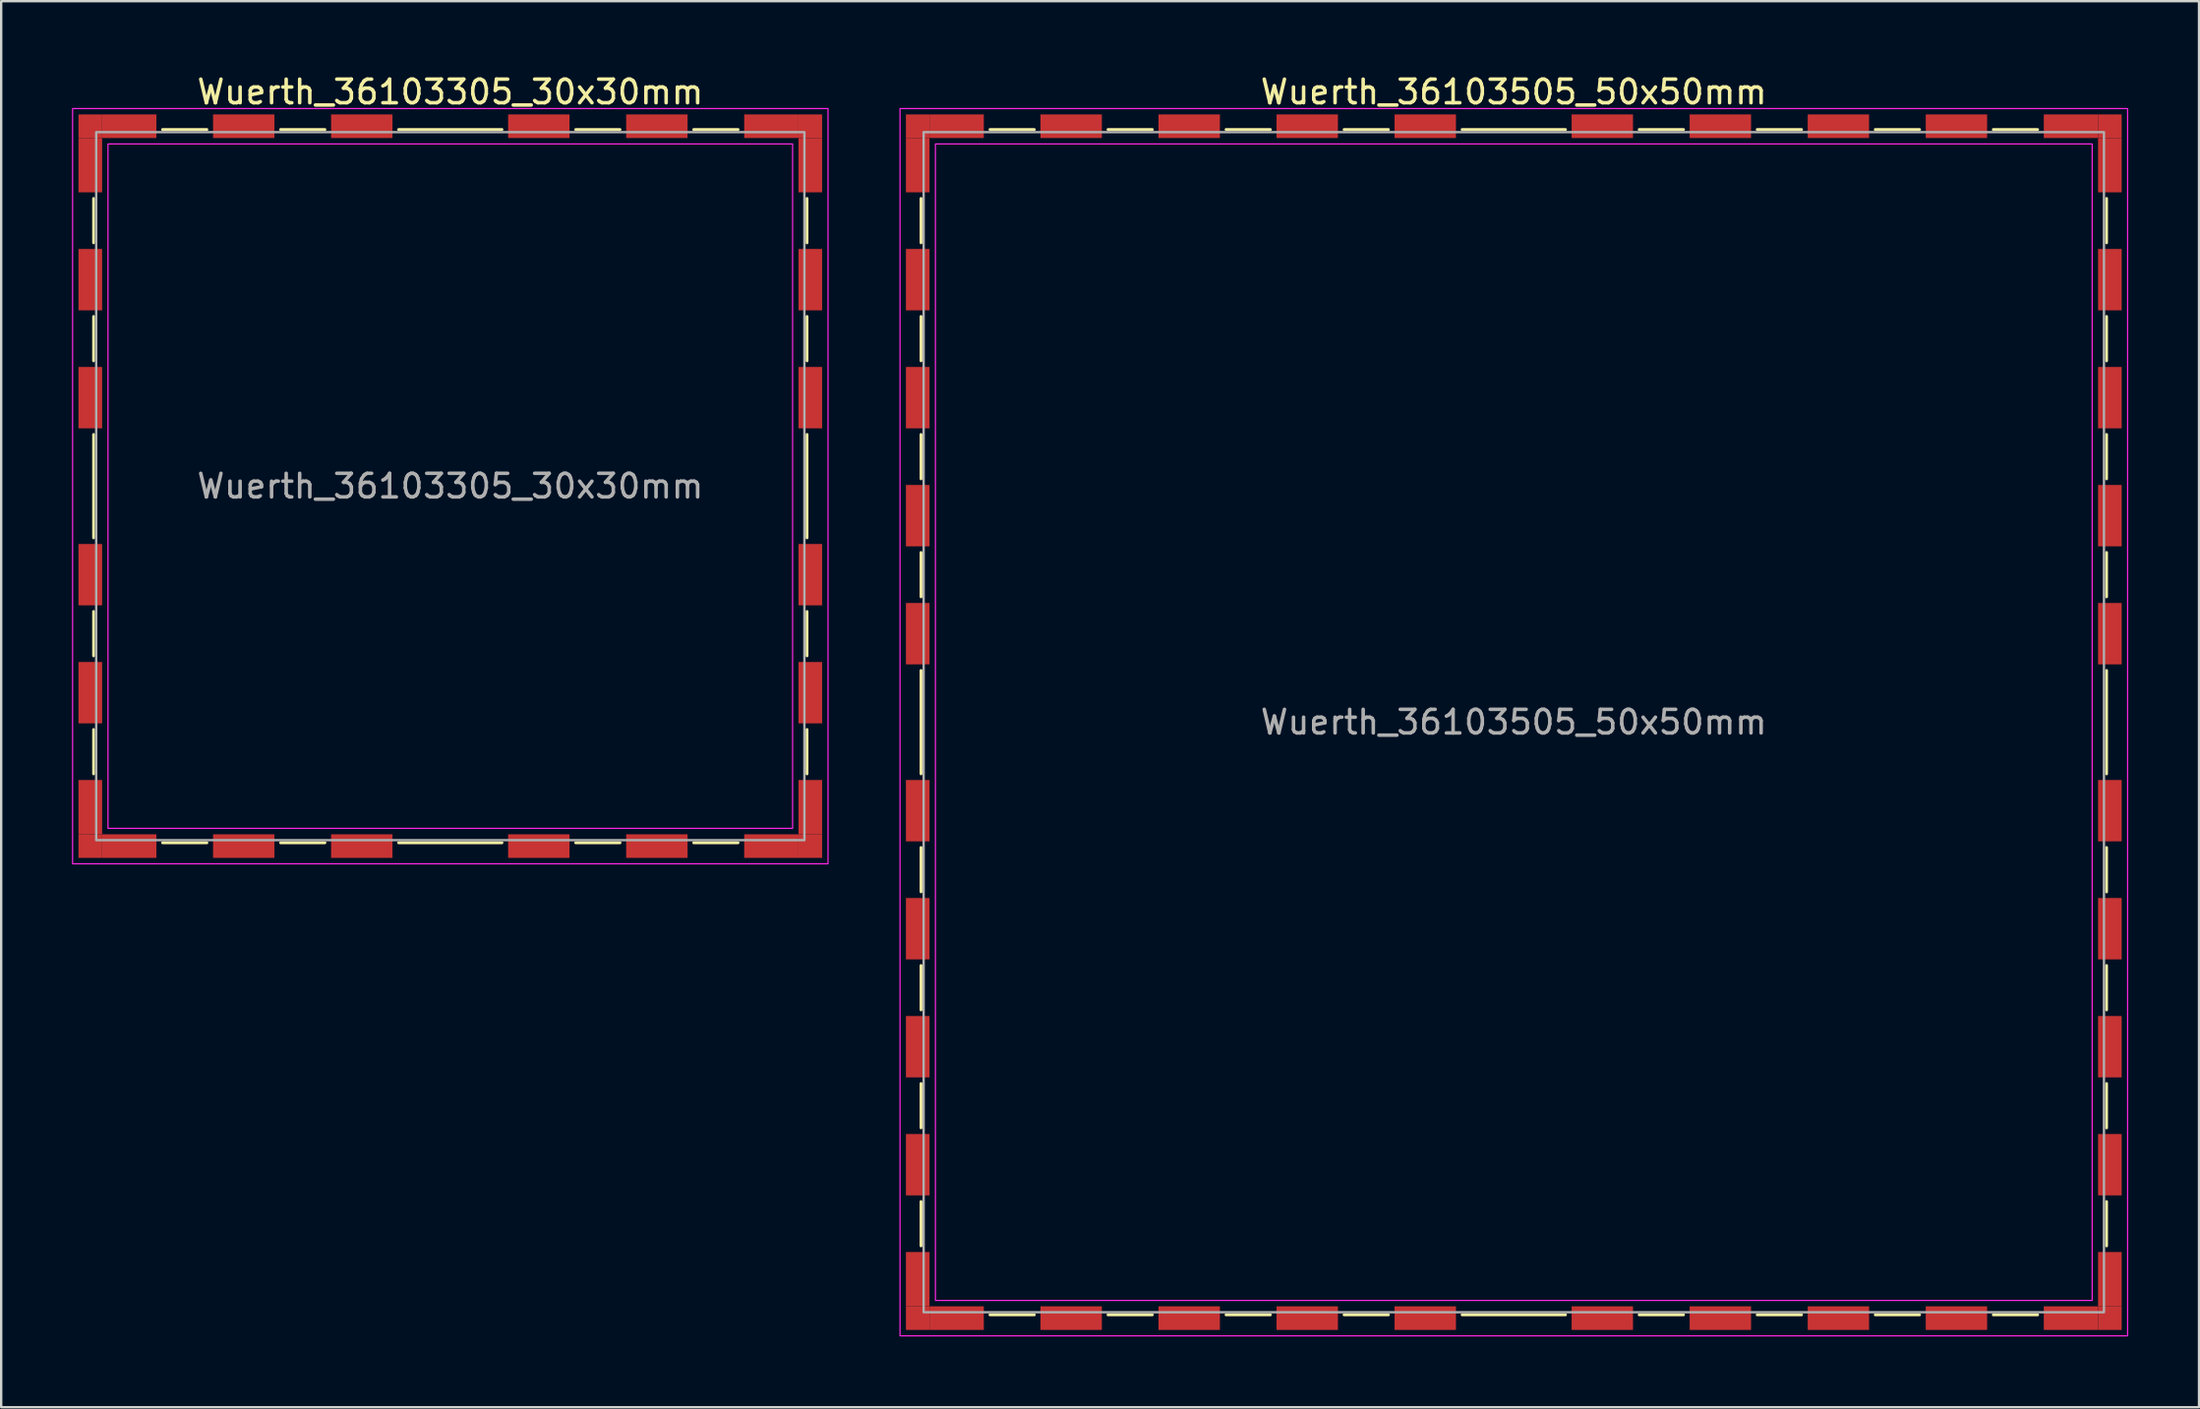
<source format=kicad_pcb>
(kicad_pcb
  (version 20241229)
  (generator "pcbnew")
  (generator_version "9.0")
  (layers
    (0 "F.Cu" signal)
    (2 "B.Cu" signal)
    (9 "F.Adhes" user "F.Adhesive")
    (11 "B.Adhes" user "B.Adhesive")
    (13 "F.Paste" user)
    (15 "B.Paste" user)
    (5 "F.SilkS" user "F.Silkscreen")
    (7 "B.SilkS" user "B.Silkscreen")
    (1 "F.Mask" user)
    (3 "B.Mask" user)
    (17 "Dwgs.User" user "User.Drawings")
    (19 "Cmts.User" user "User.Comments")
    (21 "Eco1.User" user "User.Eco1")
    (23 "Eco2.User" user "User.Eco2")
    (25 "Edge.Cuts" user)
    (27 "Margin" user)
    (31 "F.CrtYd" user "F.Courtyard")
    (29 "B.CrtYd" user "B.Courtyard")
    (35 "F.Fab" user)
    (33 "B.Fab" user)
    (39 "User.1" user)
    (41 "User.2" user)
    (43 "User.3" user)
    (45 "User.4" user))
  (footprint "Wuerth_36103305_30x30mm"
    (layer "F.Cu")
    (at 16.025 17.548)
    (property "Reference" "Wuerth_36103305_30x30mm" (at 0 -16.7 0) (layer "F.SilkS") (effects (font (size 1 1) (thickness 0.15))))
    (attr smd)
    (fp_line (start -15.11 -12.19) (end -15.11 -10.31) (stroke (width 0.12) (type solid)) (layer "F.SilkS"))
    (fp_line (start -15.11 -7.19) (end -15.11 -5.31) (stroke (width 0.12) (type solid)) (layer "F.SilkS"))
    (fp_line (start -15.11 -2.19) (end -15.11 2.19) (stroke (width 0.12) (type solid)) (layer "F.SilkS"))
    (fp_line (start -15.11 5.31) (end -15.11 7.19) (stroke (width 0.12) (type solid)) (layer "F.SilkS"))
    (fp_line (start -15.11 10.31) (end -15.11 12.19) (stroke (width 0.12) (type solid)) (layer "F.SilkS"))
    (fp_line (start -12.19 -15.11) (end -10.31 -15.11) (stroke (width 0.12) (type solid)) (layer "F.SilkS"))
    (fp_line (start -12.19 15.11) (end -10.31 15.11) (stroke (width 0.12) (type solid)) (layer "F.SilkS"))
    (fp_line (start -7.19 -15.11) (end -5.31 -15.11) (stroke (width 0.12) (type solid)) (layer "F.SilkS"))
    (fp_line (start -7.19 15.11) (end -5.31 15.11) (stroke (width 0.12) (type solid)) (layer "F.SilkS"))
    (fp_line (start -2.19 -15.11) (end 2.19 -15.11) (stroke (width 0.12) (type solid)) (layer "F.SilkS"))
    (fp_line (start -2.19 15.11) (end 2.19 15.11) (stroke (width 0.12) (type solid)) (layer "F.SilkS"))
    (fp_line (start 5.31 -15.11) (end 7.19 -15.11) (stroke (width 0.12) (type solid)) (layer "F.SilkS"))
    (fp_line (start 5.31 15.11) (end 7.19 15.11) (stroke (width 0.12) (type solid)) (layer "F.SilkS"))
    (fp_line (start 10.31 -15.11) (end 12.19 -15.11) (stroke (width 0.12) (type solid)) (layer "F.SilkS"))
    (fp_line (start 10.31 15.11) (end 12.19 15.11) (stroke (width 0.12) (type solid)) (layer "F.SilkS"))
    (fp_line (start 15.11 -12.19) (end 15.11 -10.31) (stroke (width 0.12) (type solid)) (layer "F.SilkS"))
    (fp_line (start 15.11 -7.19) (end 15.11 -5.31) (stroke (width 0.12) (type solid)) (layer "F.SilkS"))
    (fp_line (start 15.11 -2.19) (end 15.11 2.19) (stroke (width 0.12) (type solid)) (layer "F.SilkS"))
    (fp_line (start 15.11 5.31) (end 15.11 7.19) (stroke (width 0.12) (type solid)) (layer "F.SilkS"))
    (fp_line (start 15.11 10.31) (end 15.11 12.19) (stroke (width 0.12) (type solid)) (layer "F.SilkS"))
    (fp_rect (start -16 -16) (end 16 16) (stroke (width 0.05) (type solid)) (fill no) (layer "F.CrtYd"))
    (fp_rect (start -14.5 -14.5) (end 14.5 14.5) (stroke (width 0.05) (type solid)) (fill no) (layer "F.CrtYd"))
    (fp_rect (start -15 -15) (end 15 15) (stroke (width 0.1) (type solid)) (fill no) (layer "F.Fab"))
    (fp_text user "${REFERENCE}" (at 0 0 0) (layer "F.Fab") (effects (font (size 1 1) (thickness 0.15))))
    (pad "1" smd rect (at -15.25 -15.25) (size 1 1) (layers "F.Cu" "F.Mask" "F.Paste"))
    (pad "1" smd rect (at -15.25 -13.6) (size 1 2.3) (layers "F.Cu" "F.Mask" "F.Paste"))
    (pad "1" smd rect (at -15.25 -8.75) (size 1 2.6) (layers "F.Cu" "F.Mask" "F.Paste"))
    (pad "1" smd rect (at -15.25 -3.75) (size 1 2.6) (layers "F.Cu" "F.Mask" "F.Paste"))
    (pad "1" smd rect (at -15.25 3.75) (size 1 2.6) (layers "F.Cu" "F.Mask" "F.Paste"))
    (pad "1" smd rect (at -15.25 8.75) (size 1 2.6) (layers "F.Cu" "F.Mask" "F.Paste"))
    (pad "1" smd rect (at -15.25 13.6) (size 1 2.3) (layers "F.Cu" "F.Mask" "F.Paste"))
    (pad "1" smd rect (at -15.25 15.25) (size 1 1) (layers "F.Cu" "F.Mask" "F.Paste"))
    (pad "1" smd rect (at -13.6 -15.25) (size 2.3 1) (layers "F.Cu" "F.Mask" "F.Paste"))
    (pad "1" smd rect (at -13.6 15.25) (size 2.3 1) (layers "F.Cu" "F.Mask" "F.Paste"))
    (pad "1" smd rect (at -8.75 -15.25) (size 2.6 1) (layers "F.Cu" "F.Mask" "F.Paste"))
    (pad "1" smd rect (at -8.75 15.25) (size 2.6 1) (layers "F.Cu" "F.Mask" "F.Paste"))
    (pad "1" smd rect (at -3.75 -15.25) (size 2.6 1) (layers "F.Cu" "F.Mask" "F.Paste"))
    (pad "1" smd rect (at -3.75 15.25) (size 2.6 1) (layers "F.Cu" "F.Mask" "F.Paste"))
    (pad "1" smd rect (at 3.75 -15.25) (size 2.6 1) (layers "F.Cu" "F.Mask" "F.Paste"))
    (pad "1" smd rect (at 3.75 15.25) (size 2.6 1) (layers "F.Cu" "F.Mask" "F.Paste"))
    (pad "1" smd rect (at 8.75 -15.25) (size 2.6 1) (layers "F.Cu" "F.Mask" "F.Paste"))
    (pad "1" smd rect (at 8.75 15.25) (size 2.6 1) (layers "F.Cu" "F.Mask" "F.Paste"))
    (pad "1" smd rect (at 13.6 -15.25) (size 2.3 1) (layers "F.Cu" "F.Mask" "F.Paste"))
    (pad "1" smd rect (at 13.6 15.25) (size 2.3 1) (layers "F.Cu" "F.Mask" "F.Paste"))
    (pad "1" smd rect (at 15.25 -15.25) (size 1 1) (layers "F.Cu" "F.Mask" "F.Paste"))
    (pad "1" smd rect (at 15.25 -13.6) (size 1 2.3) (layers "F.Cu" "F.Mask" "F.Paste"))
    (pad "1" smd rect (at 15.25 -8.75) (size 1 2.6) (layers "F.Cu" "F.Mask" "F.Paste"))
    (pad "1" smd rect (at 15.25 -3.75) (size 1 2.6) (layers "F.Cu" "F.Mask" "F.Paste"))
    (pad "1" smd rect (at 15.25 3.75) (size 1 2.6) (layers "F.Cu" "F.Mask" "F.Paste"))
    (pad "1" smd rect (at 15.25 8.75) (size 1 2.6) (layers "F.Cu" "F.Mask" "F.Paste"))
    (pad "1" smd rect (at 15.25 13.6) (size 1 2.3) (layers "F.Cu" "F.Mask" "F.Paste"))
    (pad "1" smd rect (at 15.25 15.25) (size 1 1) (layers "F.Cu" "F.Mask" "F.Paste")))
  (footprint "Wuerth_36103505_50x50mm"
    (layer "F.Cu")
    (at 61.075 27.548)
    (property "Reference" "Wuerth_36103505_50x50mm" (at 0 -26.7 0) (layer "F.SilkS") (effects (font (size 1 1) (thickness 0.15))))
    (attr smd)
    (fp_line (start -25.11 -22.19) (end -25.11 -20.31) (stroke (width 0.12) (type solid)) (layer "F.SilkS"))
    (fp_line (start -25.11 -17.19) (end -25.11 -15.31) (stroke (width 0.12) (type solid)) (layer "F.SilkS"))
    (fp_line (start -25.11 -12.19) (end -25.11 -10.31) (stroke (width 0.12) (type solid)) (layer "F.SilkS"))
    (fp_line (start -25.11 -7.19) (end -25.11 -5.31) (stroke (width 0.12) (type solid)) (layer "F.SilkS"))
    (fp_line (start -25.11 -2.19) (end -25.11 2.19) (stroke (width 0.12) (type solid)) (layer "F.SilkS"))
    (fp_line (start -25.11 5.31) (end -25.11 7.19) (stroke (width 0.12) (type solid)) (layer "F.SilkS"))
    (fp_line (start -25.11 10.31) (end -25.11 12.19) (stroke (width 0.12) (type solid)) (layer "F.SilkS"))
    (fp_line (start -25.11 15.31) (end -25.11 17.19) (stroke (width 0.12) (type solid)) (layer "F.SilkS"))
    (fp_line (start -25.11 20.31) (end -25.11 22.19) (stroke (width 0.12) (type solid)) (layer "F.SilkS"))
    (fp_line (start -22.19 -25.11) (end -20.31 -25.11) (stroke (width 0.12) (type solid)) (layer "F.SilkS"))
    (fp_line (start -22.19 25.11) (end -20.31 25.11) (stroke (width 0.12) (type solid)) (layer "F.SilkS"))
    (fp_line (start -17.19 -25.11) (end -15.31 -25.11) (stroke (width 0.12) (type solid)) (layer "F.SilkS"))
    (fp_line (start -17.19 25.11) (end -15.31 25.11) (stroke (width 0.12) (type solid)) (layer "F.SilkS"))
    (fp_line (start -12.19 -25.11) (end -10.31 -25.11) (stroke (width 0.12) (type solid)) (layer "F.SilkS"))
    (fp_line (start -12.19 25.11) (end -10.31 25.11) (stroke (width 0.12) (type solid)) (layer "F.SilkS"))
    (fp_line (start -7.19 -25.11) (end -5.31 -25.11) (stroke (width 0.12) (type solid)) (layer "F.SilkS"))
    (fp_line (start -7.19 25.11) (end -5.31 25.11) (stroke (width 0.12) (type solid)) (layer "F.SilkS"))
    (fp_line (start -2.19 -25.11) (end 2.19 -25.11) (stroke (width 0.12) (type solid)) (layer "F.SilkS"))
    (fp_line (start -2.19 25.11) (end 2.19 25.11) (stroke (width 0.12) (type solid)) (layer "F.SilkS"))
    (fp_line (start 5.31 -25.11) (end 7.19 -25.11) (stroke (width 0.12) (type solid)) (layer "F.SilkS"))
    (fp_line (start 5.31 25.11) (end 7.19 25.11) (stroke (width 0.12) (type solid)) (layer "F.SilkS"))
    (fp_line (start 10.31 -25.11) (end 12.19 -25.11) (stroke (width 0.12) (type solid)) (layer "F.SilkS"))
    (fp_line (start 10.31 25.11) (end 12.19 25.11) (stroke (width 0.12) (type solid)) (layer "F.SilkS"))
    (fp_line (start 15.31 -25.11) (end 17.19 -25.11) (stroke (width 0.12) (type solid)) (layer "F.SilkS"))
    (fp_line (start 15.31 25.11) (end 17.19 25.11) (stroke (width 0.12) (type solid)) (layer "F.SilkS"))
    (fp_line (start 20.31 -25.11) (end 22.19 -25.11) (stroke (width 0.12) (type solid)) (layer "F.SilkS"))
    (fp_line (start 20.31 25.11) (end 22.19 25.11) (stroke (width 0.12) (type solid)) (layer "F.SilkS"))
    (fp_line (start 25.11 -22.19) (end 25.11 -20.31) (stroke (width 0.12) (type solid)) (layer "F.SilkS"))
    (fp_line (start 25.11 -17.19) (end 25.11 -15.31) (stroke (width 0.12) (type solid)) (layer "F.SilkS"))
    (fp_line (start 25.11 -12.19) (end 25.11 -10.31) (stroke (width 0.12) (type solid)) (layer "F.SilkS"))
    (fp_line (start 25.11 -7.19) (end 25.11 -5.31) (stroke (width 0.12) (type solid)) (layer "F.SilkS"))
    (fp_line (start 25.11 -2.19) (end 25.11 2.19) (stroke (width 0.12) (type solid)) (layer "F.SilkS"))
    (fp_line (start 25.11 5.31) (end 25.11 7.19) (stroke (width 0.12) (type solid)) (layer "F.SilkS"))
    (fp_line (start 25.11 10.31) (end 25.11 12.19) (stroke (width 0.12) (type solid)) (layer "F.SilkS"))
    (fp_line (start 25.11 15.31) (end 25.11 17.19) (stroke (width 0.12) (type solid)) (layer "F.SilkS"))
    (fp_line (start 25.11 20.31) (end 25.11 22.19) (stroke (width 0.12) (type solid)) (layer "F.SilkS"))
    (fp_rect (start -26 -26) (end 26 26) (stroke (width 0.05) (type solid)) (fill no) (layer "F.CrtYd"))
    (fp_rect (start -24.5 -24.5) (end 24.5 24.5) (stroke (width 0.05) (type solid)) (fill no) (layer "F.CrtYd"))
    (fp_rect (start -25 -25) (end 25 25) (stroke (width 0.1) (type solid)) (fill no) (layer "F.Fab"))
    (fp_text user "${REFERENCE}" (at 0 0 0) (layer "F.Fab") (effects (font (size 1 1) (thickness 0.15))))
    (pad "1" smd rect (at -25.25 -25.25) (size 1 1) (layers "F.Cu" "F.Mask" "F.Paste"))
    (pad "1" smd rect (at -25.25 -23.6) (size 1 2.3) (layers "F.Cu" "F.Mask" "F.Paste"))
    (pad "1" smd rect (at -25.25 -18.75) (size 1 2.6) (layers "F.Cu" "F.Mask" "F.Paste"))
    (pad "1" smd rect (at -25.25 -13.75) (size 1 2.6) (layers "F.Cu" "F.Mask" "F.Paste"))
    (pad "1" smd rect (at -25.25 -8.75) (size 1 2.6) (layers "F.Cu" "F.Mask" "F.Paste"))
    (pad "1" smd rect (at -25.25 -3.75) (size 1 2.6) (layers "F.Cu" "F.Mask" "F.Paste"))
    (pad "1" smd rect (at -25.25 3.75) (size 1 2.6) (layers "F.Cu" "F.Mask" "F.Paste"))
    (pad "1" smd rect (at -25.25 8.75) (size 1 2.6) (layers "F.Cu" "F.Mask" "F.Paste"))
    (pad "1" smd rect (at -25.25 13.75) (size 1 2.6) (layers "F.Cu" "F.Mask" "F.Paste"))
    (pad "1" smd rect (at -25.25 18.75) (size 1 2.6) (layers "F.Cu" "F.Mask" "F.Paste"))
    (pad "1" smd rect (at -25.25 23.6) (size 1 2.3) (layers "F.Cu" "F.Mask" "F.Paste"))
    (pad "1" smd rect (at -25.25 25.25) (size 1 1) (layers "F.Cu" "F.Mask" "F.Paste"))
    (pad "1" smd rect (at -23.6 -25.25) (size 2.3 1) (layers "F.Cu" "F.Mask" "F.Paste"))
    (pad "1" smd rect (at -23.6 25.25) (size 2.3 1) (layers "F.Cu" "F.Mask" "F.Paste"))
    (pad "1" smd rect (at -18.75 -25.25) (size 2.6 1) (layers "F.Cu" "F.Mask" "F.Paste"))
    (pad "1" smd rect (at -18.75 25.25) (size 2.6 1) (layers "F.Cu" "F.Mask" "F.Paste"))
    (pad "1" smd rect (at -13.75 -25.25) (size 2.6 1) (layers "F.Cu" "F.Mask" "F.Paste"))
    (pad "1" smd rect (at -13.75 25.25) (size 2.6 1) (layers "F.Cu" "F.Mask" "F.Paste"))
    (pad "1" smd rect (at -8.75 -25.25) (size 2.6 1) (layers "F.Cu" "F.Mask" "F.Paste"))
    (pad "1" smd rect (at -8.75 25.25) (size 2.6 1) (layers "F.Cu" "F.Mask" "F.Paste"))
    (pad "1" smd rect (at -3.75 -25.25) (size 2.6 1) (layers "F.Cu" "F.Mask" "F.Paste"))
    (pad "1" smd rect (at -3.75 25.25) (size 2.6 1) (layers "F.Cu" "F.Mask" "F.Paste"))
    (pad "1" smd rect (at 3.75 -25.25) (size 2.6 1) (layers "F.Cu" "F.Mask" "F.Paste"))
    (pad "1" smd rect (at 3.75 25.25) (size 2.6 1) (layers "F.Cu" "F.Mask" "F.Paste"))
    (pad "1" smd rect (at 8.75 -25.25) (size 2.6 1) (layers "F.Cu" "F.Mask" "F.Paste"))
    (pad "1" smd rect (at 8.75 25.25) (size 2.6 1) (layers "F.Cu" "F.Mask" "F.Paste"))
    (pad "1" smd rect (at 13.75 -25.25) (size 2.6 1) (layers "F.Cu" "F.Mask" "F.Paste"))
    (pad "1" smd rect (at 13.75 25.25) (size 2.6 1) (layers "F.Cu" "F.Mask" "F.Paste"))
    (pad "1" smd rect (at 18.75 -25.25) (size 2.6 1) (layers "F.Cu" "F.Mask" "F.Paste"))
    (pad "1" smd rect (at 18.75 25.25) (size 2.6 1) (layers "F.Cu" "F.Mask" "F.Paste"))
    (pad "1" smd rect (at 23.6 -25.25) (size 2.3 1) (layers "F.Cu" "F.Mask" "F.Paste"))
    (pad "1" smd rect (at 23.6 25.25) (size 2.3 1) (layers "F.Cu" "F.Mask" "F.Paste"))
    (pad "1" smd rect (at 25.25 -25.25) (size 1 1) (layers "F.Cu" "F.Mask" "F.Paste"))
    (pad "1" smd rect (at 25.25 -23.6) (size 1 2.3) (layers "F.Cu" "F.Mask" "F.Paste"))
    (pad "1" smd rect (at 25.25 -18.75) (size 1 2.6) (layers "F.Cu" "F.Mask" "F.Paste"))
    (pad "1" smd rect (at 25.25 -13.75) (size 1 2.6) (layers "F.Cu" "F.Mask" "F.Paste"))
    (pad "1" smd rect (at 25.25 -8.75) (size 1 2.6) (layers "F.Cu" "F.Mask" "F.Paste"))
    (pad "1" smd rect (at 25.25 -3.75) (size 1 2.6) (layers "F.Cu" "F.Mask" "F.Paste"))
    (pad "1" smd rect (at 25.25 3.75) (size 1 2.6) (layers "F.Cu" "F.Mask" "F.Paste"))
    (pad "1" smd rect (at 25.25 8.75) (size 1 2.6) (layers "F.Cu" "F.Mask" "F.Paste"))
    (pad "1" smd rect (at 25.25 13.75) (size 1 2.6) (layers "F.Cu" "F.Mask" "F.Paste"))
    (pad "1" smd rect (at 25.25 18.75) (size 1 2.6) (layers "F.Cu" "F.Mask" "F.Paste"))
    (pad "1" smd rect (at 25.25 23.6) (size 1 2.3) (layers "F.Cu" "F.Mask" "F.Paste"))
    (pad "1" smd rect (at 25.25 25.25) (size 1 1) (layers "F.Cu" "F.Mask" "F.Paste")))
  (gr_rect
    (start -3 -3)
    (end 90.1 56.573)
    (stroke (width 0.1) (type default))
    (fill no)
    (layer "Edge.Cuts")))
</source>
